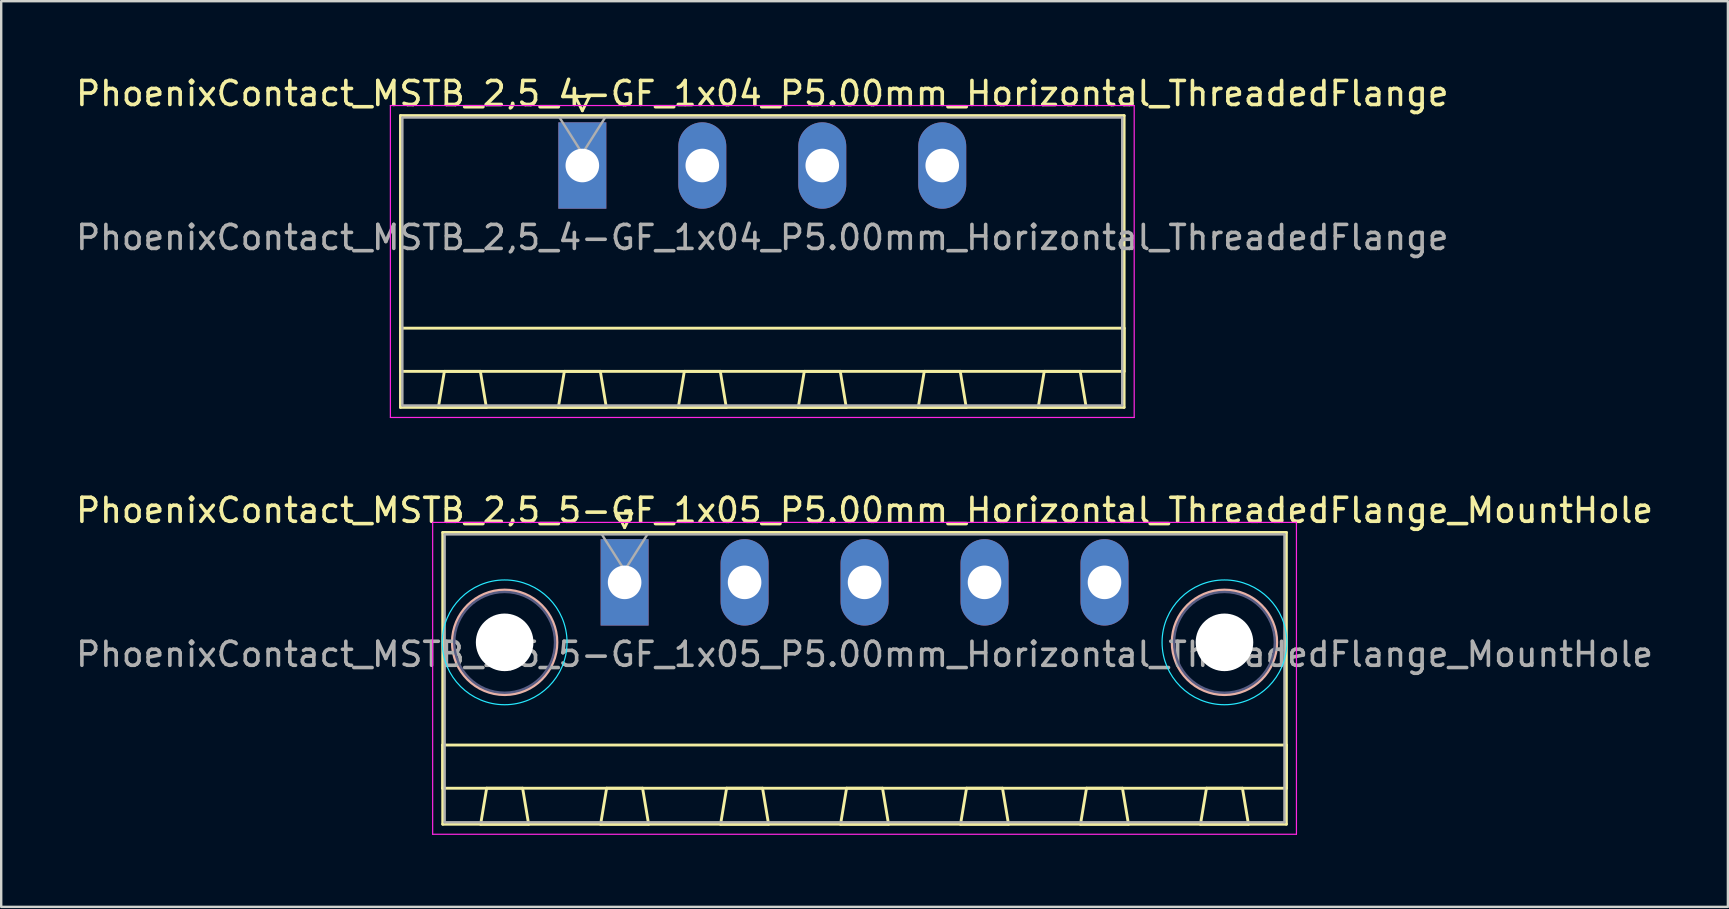
<source format=kicad_pcb>
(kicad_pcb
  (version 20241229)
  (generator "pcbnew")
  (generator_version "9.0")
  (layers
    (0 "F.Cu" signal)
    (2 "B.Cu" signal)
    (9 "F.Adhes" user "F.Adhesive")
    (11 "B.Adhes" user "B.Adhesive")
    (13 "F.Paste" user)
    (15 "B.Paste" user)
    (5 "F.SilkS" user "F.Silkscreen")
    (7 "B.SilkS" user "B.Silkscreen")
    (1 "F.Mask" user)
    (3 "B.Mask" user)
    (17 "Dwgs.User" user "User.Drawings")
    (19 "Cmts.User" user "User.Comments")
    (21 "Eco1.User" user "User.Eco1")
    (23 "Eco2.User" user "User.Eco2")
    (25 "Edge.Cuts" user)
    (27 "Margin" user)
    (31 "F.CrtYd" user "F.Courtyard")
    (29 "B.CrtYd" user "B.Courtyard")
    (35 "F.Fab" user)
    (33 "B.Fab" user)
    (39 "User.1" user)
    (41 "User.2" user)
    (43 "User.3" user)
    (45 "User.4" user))
  (footprint "PhoenixContact_MSTB_2,5_4-GF_1x04_P5.00mm_Horizontal_ThreadedFlange"
    (layer "F.Cu")
    (at 21.22 3.848)
    (property "Reference" "PhoenixContact_MSTB_2,5_4-GF_1x04_P5.00mm_Horizontal_ThreadedFlange" (at 7.5 -3 0) (layer "F.SilkS") (effects (font (size 1 1) (thickness 0.15))))
    (attr through_hole)
    (fp_line (start -7.58 -2.08) (end -7.58 10.08) (stroke (width 0.12) (type solid)) (layer "F.SilkS"))
    (fp_line (start -7.58 6.78) (end 22.58 6.78) (stroke (width 0.12) (type solid)) (layer "F.SilkS"))
    (fp_line (start -7.58 8.58) (end -7.58 6.78) (stroke (width 0.12) (type solid)) (layer "F.SilkS"))
    (fp_line (start -7.58 10.08) (end 22.58 10.08) (stroke (width 0.12) (type solid)) (layer "F.SilkS"))
    (fp_line (start -6 10.08) (end -4 10.08) (stroke (width 0.12) (type solid)) (layer "F.SilkS"))
    (fp_line (start -5.75 8.58) (end -6 10.08) (stroke (width 0.12) (type solid)) (layer "F.SilkS"))
    (fp_line (start -4.25 8.58) (end -5.75 8.58) (stroke (width 0.12) (type solid)) (layer "F.SilkS"))
    (fp_line (start -4 10.08) (end -4.25 8.58) (stroke (width 0.12) (type solid)) (layer "F.SilkS"))
    (fp_line (start -1 10.08) (end 1 10.08) (stroke (width 0.12) (type solid)) (layer "F.SilkS"))
    (fp_line (start -0.75 8.58) (end -1 10.08) (stroke (width 0.12) (type solid)) (layer "F.SilkS"))
    (fp_line (start -0.3 -2.88) (end 0.3 -2.88) (stroke (width 0.12) (type solid)) (layer "F.SilkS"))
    (fp_line (start 0 -2.28) (end -0.3 -2.88) (stroke (width 0.12) (type solid)) (layer "F.SilkS"))
    (fp_line (start 0.3 -2.88) (end 0 -2.28) (stroke (width 0.12) (type solid)) (layer "F.SilkS"))
    (fp_line (start 0.75 8.58) (end -0.75 8.58) (stroke (width 0.12) (type solid)) (layer "F.SilkS"))
    (fp_line (start 1 10.08) (end 0.75 8.58) (stroke (width 0.12) (type solid)) (layer "F.SilkS"))
    (fp_line (start 4 10.08) (end 6 10.08) (stroke (width 0.12) (type solid)) (layer "F.SilkS"))
    (fp_line (start 4.25 8.58) (end 4 10.08) (stroke (width 0.12) (type solid)) (layer "F.SilkS"))
    (fp_line (start 5.75 8.58) (end 4.25 8.58) (stroke (width 0.12) (type solid)) (layer "F.SilkS"))
    (fp_line (start 6 10.08) (end 5.75 8.58) (stroke (width 0.12) (type solid)) (layer "F.SilkS"))
    (fp_line (start 9 10.08) (end 11 10.08) (stroke (width 0.12) (type solid)) (layer "F.SilkS"))
    (fp_line (start 9.25 8.58) (end 9 10.08) (stroke (width 0.12) (type solid)) (layer "F.SilkS"))
    (fp_line (start 10.75 8.58) (end 9.25 8.58) (stroke (width 0.12) (type solid)) (layer "F.SilkS"))
    (fp_line (start 11 10.08) (end 10.75 8.58) (stroke (width 0.12) (type solid)) (layer "F.SilkS"))
    (fp_line (start 14 10.08) (end 16 10.08) (stroke (width 0.12) (type solid)) (layer "F.SilkS"))
    (fp_line (start 14.25 8.58) (end 14 10.08) (stroke (width 0.12) (type solid)) (layer "F.SilkS"))
    (fp_line (start 15.75 8.58) (end 14.25 8.58) (stroke (width 0.12) (type solid)) (layer "F.SilkS"))
    (fp_line (start 16 10.08) (end 15.75 8.58) (stroke (width 0.12) (type solid)) (layer "F.SilkS"))
    (fp_line (start 19 10.08) (end 21 10.08) (stroke (width 0.12) (type solid)) (layer "F.SilkS"))
    (fp_line (start 19.25 8.58) (end 19 10.08) (stroke (width 0.12) (type solid)) (layer "F.SilkS"))
    (fp_line (start 20.75 8.58) (end 19.25 8.58) (stroke (width 0.12) (type solid)) (layer "F.SilkS"))
    (fp_line (start 21 10.08) (end 20.75 8.58) (stroke (width 0.12) (type solid)) (layer "F.SilkS"))
    (fp_line (start 22.58 -2.08) (end -7.58 -2.08) (stroke (width 0.12) (type solid)) (layer "F.SilkS"))
    (fp_line (start 22.58 6.78) (end 22.58 8.58) (stroke (width 0.12) (type solid)) (layer "F.SilkS"))
    (fp_line (start 22.58 8.58) (end -7.58 8.58) (stroke (width 0.12) (type solid)) (layer "F.SilkS"))
    (fp_line (start 22.58 10.08) (end 22.58 -2.08) (stroke (width 0.12) (type solid)) (layer "F.SilkS"))
    (fp_line (start -8 -2.5) (end -8 10.5) (stroke (width 0.05) (type solid)) (layer "F.CrtYd"))
    (fp_line (start -8 10.5) (end 23 10.5) (stroke (width 0.05) (type solid)) (layer "F.CrtYd"))
    (fp_line (start 23 -2.5) (end -8 -2.5) (stroke (width 0.05) (type solid)) (layer "F.CrtYd"))
    (fp_line (start 23 10.5) (end 23 -2.5) (stroke (width 0.05) (type solid)) (layer "F.CrtYd"))
    (fp_line (start -7.5 -2) (end -7.5 10) (stroke (width 0.1) (type solid)) (layer "F.Fab"))
    (fp_line (start -7.5 10) (end 22.5 10) (stroke (width 0.1) (type solid)) (layer "F.Fab"))
    (fp_line (start 0 -0.5) (end -0.95 -2) (stroke (width 0.1) (type solid)) (layer "F.Fab"))
    (fp_line (start 0.95 -2) (end 0 -0.5) (stroke (width 0.1) (type solid)) (layer "F.Fab"))
    (fp_line (start 22.5 -2) (end -7.5 -2) (stroke (width 0.1) (type solid)) (layer "F.Fab"))
    (fp_line (start 22.5 10) (end 22.5 -2) (stroke (width 0.1) (type solid)) (layer "F.Fab"))
    (fp_text user "${REFERENCE}" (at 7.5 3 0) (layer "F.Fab") (effects (font (size 1 1) (thickness 0.15))))
    (pad "1" thru_hole rect (at 0 0) (size 2 3.6) (drill 1.4) (layers "*.Cu" "*.Mask"))
    (pad "2" thru_hole oval (at 5 0) (size 2 3.6) (drill 1.4) (layers "*.Cu" "*.Mask"))
    (pad "3" thru_hole oval (at 10 0) (size 2 3.6) (drill 1.4) (layers "*.Cu" "*.Mask"))
    (pad "4" thru_hole oval (at 15 0) (size 2 3.6) (drill 1.4) (layers "*.Cu" "*.Mask")))
  (footprint "PhoenixContact_MSTB_2,5_5-GF_1x05_P5.00mm_Horizontal_ThreadedFlange_MountHole"
    (layer "F.Cu")
    (at 22.982 21.221)
    (property "Reference" "PhoenixContact_MSTB_2,5_5-GF_1x05_P5.00mm_Horizontal_ThreadedFlange_MountHole" (at 10 -3 0) (layer "F.SilkS") (effects (font (size 1 1) (thickness 0.15))))
    (attr through_hole)
    (fp_line (start -7.58 -2.08) (end -7.58 10.08) (stroke (width 0.12) (type solid)) (layer "F.SilkS"))
    (fp_line (start -7.58 6.78) (end 27.58 6.78) (stroke (width 0.12) (type solid)) (layer "F.SilkS"))
    (fp_line (start -7.58 8.58) (end -7.58 6.78) (stroke (width 0.12) (type solid)) (layer "F.SilkS"))
    (fp_line (start -7.58 10.08) (end 27.58 10.08) (stroke (width 0.12) (type solid)) (layer "F.SilkS"))
    (fp_line (start -6 10.08) (end -4 10.08) (stroke (width 0.12) (type solid)) (layer "F.SilkS"))
    (fp_line (start -5.75 8.58) (end -6 10.08) (stroke (width 0.12) (type solid)) (layer "F.SilkS"))
    (fp_line (start -4.25 8.58) (end -5.75 8.58) (stroke (width 0.12) (type solid)) (layer "F.SilkS"))
    (fp_line (start -4 10.08) (end -4.25 8.58) (stroke (width 0.12) (type solid)) (layer "F.SilkS"))
    (fp_line (start -1 10.08) (end 1 10.08) (stroke (width 0.12) (type solid)) (layer "F.SilkS"))
    (fp_line (start -0.75 8.58) (end -1 10.08) (stroke (width 0.12) (type solid)) (layer "F.SilkS"))
    (fp_line (start -0.3 -2.88) (end 0.3 -2.88) (stroke (width 0.12) (type solid)) (layer "F.SilkS"))
    (fp_line (start 0 -2.28) (end -0.3 -2.88) (stroke (width 0.12) (type solid)) (layer "F.SilkS"))
    (fp_line (start 0.3 -2.88) (end 0 -2.28) (stroke (width 0.12) (type solid)) (layer "F.SilkS"))
    (fp_line (start 0.75 8.58) (end -0.75 8.58) (stroke (width 0.12) (type solid)) (layer "F.SilkS"))
    (fp_line (start 1 10.08) (end 0.75 8.58) (stroke (width 0.12) (type solid)) (layer "F.SilkS"))
    (fp_line (start 4 10.08) (end 6 10.08) (stroke (width 0.12) (type solid)) (layer "F.SilkS"))
    (fp_line (start 4.25 8.58) (end 4 10.08) (stroke (width 0.12) (type solid)) (layer "F.SilkS"))
    (fp_line (start 5.75 8.58) (end 4.25 8.58) (stroke (width 0.12) (type solid)) (layer "F.SilkS"))
    (fp_line (start 6 10.08) (end 5.75 8.58) (stroke (width 0.12) (type solid)) (layer "F.SilkS"))
    (fp_line (start 9 10.08) (end 11 10.08) (stroke (width 0.12) (type solid)) (layer "F.SilkS"))
    (fp_line (start 9.25 8.58) (end 9 10.08) (stroke (width 0.12) (type solid)) (layer "F.SilkS"))
    (fp_line (start 10.75 8.58) (end 9.25 8.58) (stroke (width 0.12) (type solid)) (layer "F.SilkS"))
    (fp_line (start 11 10.08) (end 10.75 8.58) (stroke (width 0.12) (type solid)) (layer "F.SilkS"))
    (fp_line (start 14 10.08) (end 16 10.08) (stroke (width 0.12) (type solid)) (layer "F.SilkS"))
    (fp_line (start 14.25 8.58) (end 14 10.08) (stroke (width 0.12) (type solid)) (layer "F.SilkS"))
    (fp_line (start 15.75 8.58) (end 14.25 8.58) (stroke (width 0.12) (type solid)) (layer "F.SilkS"))
    (fp_line (start 16 10.08) (end 15.75 8.58) (stroke (width 0.12) (type solid)) (layer "F.SilkS"))
    (fp_line (start 19 10.08) (end 21 10.08) (stroke (width 0.12) (type solid)) (layer "F.SilkS"))
    (fp_line (start 19.25 8.58) (end 19 10.08) (stroke (width 0.12) (type solid)) (layer "F.SilkS"))
    (fp_line (start 20.75 8.58) (end 19.25 8.58) (stroke (width 0.12) (type solid)) (layer "F.SilkS"))
    (fp_line (start 21 10.08) (end 20.75 8.58) (stroke (width 0.12) (type solid)) (layer "F.SilkS"))
    (fp_line (start 24 10.08) (end 26 10.08) (stroke (width 0.12) (type solid)) (layer "F.SilkS"))
    (fp_line (start 24.25 8.58) (end 24 10.08) (stroke (width 0.12) (type solid)) (layer "F.SilkS"))
    (fp_line (start 25.75 8.58) (end 24.25 8.58) (stroke (width 0.12) (type solid)) (layer "F.SilkS"))
    (fp_line (start 26 10.08) (end 25.75 8.58) (stroke (width 0.12) (type solid)) (layer "F.SilkS"))
    (fp_line (start 27.58 -2.08) (end -7.58 -2.08) (stroke (width 0.12) (type solid)) (layer "F.SilkS"))
    (fp_line (start 27.58 6.78) (end 27.58 8.58) (stroke (width 0.12) (type solid)) (layer "F.SilkS"))
    (fp_line (start 27.58 8.58) (end -7.58 8.58) (stroke (width 0.12) (type solid)) (layer "F.SilkS"))
    (fp_line (start 27.58 10.08) (end 27.58 -2.08) (stroke (width 0.12) (type solid)) (layer "F.SilkS"))
    (fp_circle (center -5 2.5) (end -2.82 2.5) (stroke (width 0.12) (type solid)) (fill no) (layer "B.SilkS"))
    (fp_circle (center 25 2.5) (end 27.18 2.5) (stroke (width 0.12) (type solid)) (fill no) (layer "B.SilkS"))
    (fp_circle (center -5 2.5) (end -2.4 2.5) (stroke (width 0.05) (type solid)) (fill no) (layer "B.CrtYd"))
    (fp_circle (center 25 2.5) (end 27.6 2.5) (stroke (width 0.05) (type solid)) (fill no) (layer "B.CrtYd"))
    (fp_line (start -8 -2.5) (end -8 10.5) (stroke (width 0.05) (type solid)) (layer "F.CrtYd"))
    (fp_line (start -8 10.5) (end 28 10.5) (stroke (width 0.05) (type solid)) (layer "F.CrtYd"))
    (fp_line (start 28 -2.5) (end -8 -2.5) (stroke (width 0.05) (type solid)) (layer "F.CrtYd"))
    (fp_line (start 28 10.5) (end 28 -2.5) (stroke (width 0.05) (type solid)) (layer "F.CrtYd"))
    (fp_circle (center -5 2.5) (end -2.9 2.5) (stroke (width 0.1) (type solid)) (fill no) (layer "B.Fab"))
    (fp_circle (center 25 2.5) (end 27.1 2.5) (stroke (width 0.1) (type solid)) (fill no) (layer "B.Fab"))
    (fp_line (start -7.5 -2) (end -7.5 10) (stroke (width 0.1) (type solid)) (layer "F.Fab"))
    (fp_line (start -7.5 10) (end 27.5 10) (stroke (width 0.1) (type solid)) (layer "F.Fab"))
    (fp_line (start 0 -0.5) (end -0.95 -2) (stroke (width 0.1) (type solid)) (layer "F.Fab"))
    (fp_line (start 0.95 -2) (end 0 -0.5) (stroke (width 0.1) (type solid)) (layer "F.Fab"))
    (fp_line (start 27.5 -2) (end -7.5 -2) (stroke (width 0.1) (type solid)) (layer "F.Fab"))
    (fp_line (start 27.5 10) (end 27.5 -2) (stroke (width 0.1) (type solid)) (layer "F.Fab"))
    (fp_text user "${REFERENCE}" (at 10 3 0) (layer "F.Fab") (effects (font (size 1 1) (thickness 0.15))))
    (pad "" np_thru_hole circle (at -5 2.5) (size 2.4 2.4) (drill 2.4) (layers "*.Cu" "*.Mask"))
    (pad "" np_thru_hole circle (at 25 2.5) (size 2.4 2.4) (drill 2.4) (layers "*.Cu" "*.Mask"))
    (pad "1" thru_hole rect (at 0 0) (size 2 3.6) (drill 1.4) (layers "*.Cu" "*.Mask"))
    (pad "2" thru_hole oval (at 5 0) (size 2 3.6) (drill 1.4) (layers "*.Cu" "*.Mask"))
    (pad "3" thru_hole oval (at 10 0) (size 2 3.6) (drill 1.4) (layers "*.Cu" "*.Mask"))
    (pad "4" thru_hole oval (at 15 0) (size 2 3.6) (drill 1.4) (layers "*.Cu" "*.Mask"))
    (pad "5" thru_hole oval (at 20 0) (size 2 3.6) (drill 1.4) (layers "*.Cu" "*.Mask")))
  (gr_rect
    (start -3 -3)
    (end 68.964 34.746)
    (stroke (width 0.1) (type default))
    (fill no)
    (layer "Edge.Cuts")))
</source>
